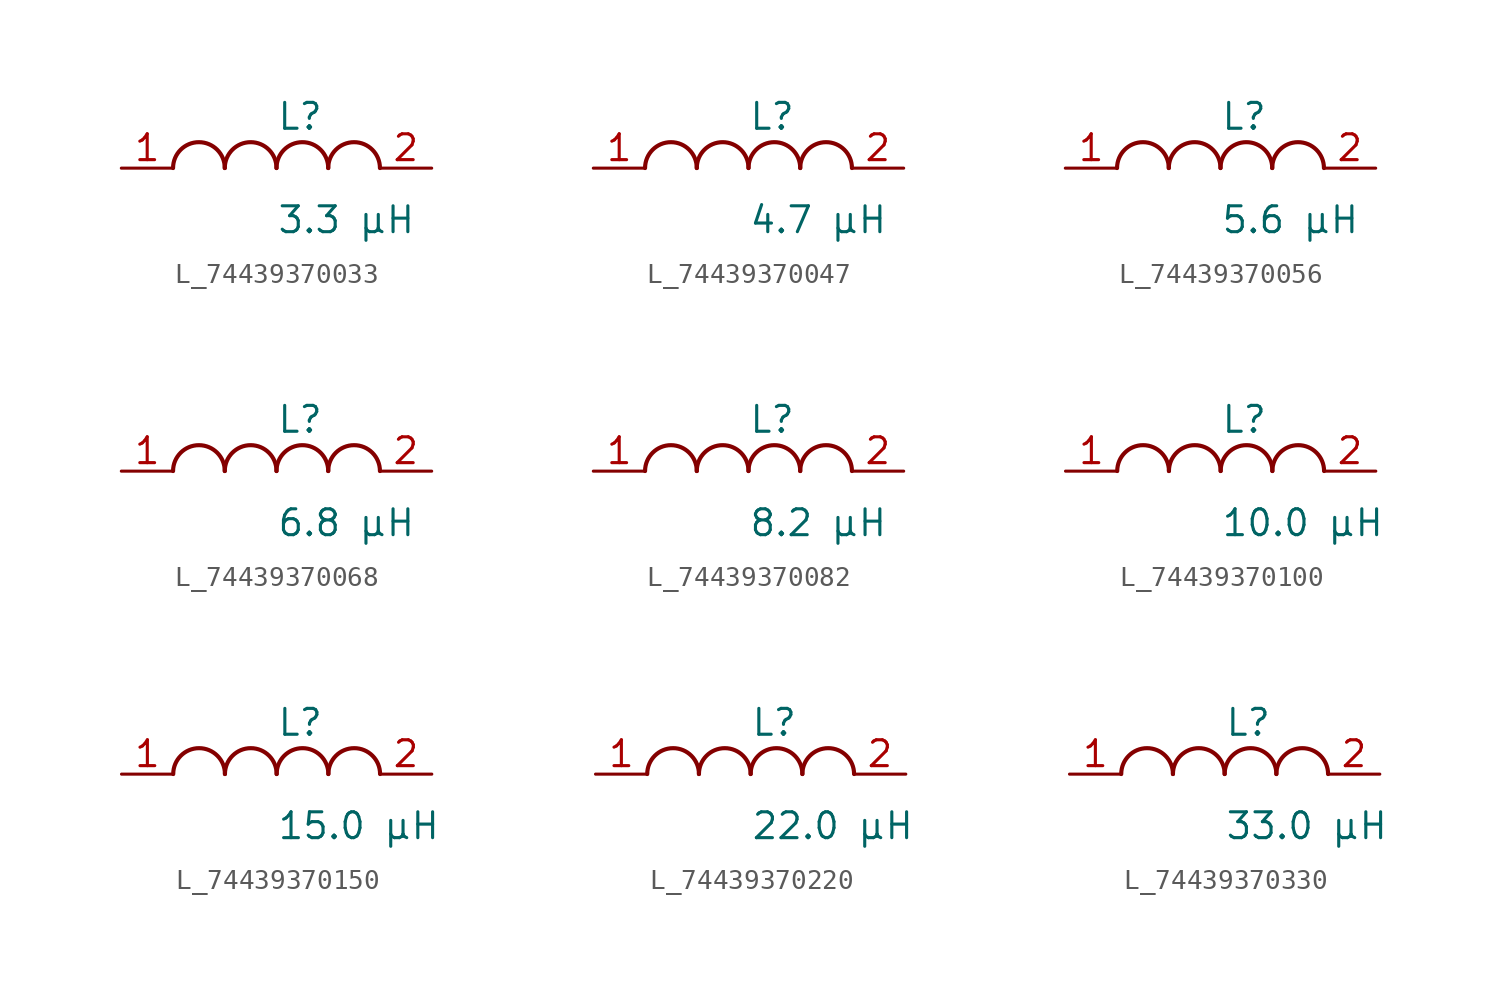
<source format=kicad_sym>
(kicad_symbol_lib
  (version 20231120)
  (generator kicad_symbol_editor)
  (generator_version 8.0)
  (symbol "L_74439370033"
    (pin_names
      (offset 0.254))
    (property "Reference" "L"
      (at 0 2.54 0)
      (effects (font (size 1.27 1.27)) (justify left)))
    (property "Value" "3.3 µH"
      (at 0 -2.54 0)
      (effects (font (size 1.27 1.27)) (justify left)))
    (symbol "L_74439370033_1_1"
      (arc (start -2.54 0.0056) (mid -3.81 1.27) (end -5.08 0.0056) (stroke (width 0.2032) (type default)) (fill (type none)))
      (arc (start 0 0.0056) (mid -1.27 1.27) (end -2.54 0.0056) (stroke (width 0.2032) (type default)) (fill (type none)))
      (arc (start 2.54 0.0056) (mid 1.27 1.27) (end 0 0.0056) (stroke (width 0.2032) (type default)) (fill (type none)))
      (arc (start 5.08 0.0056) (mid 3.81 1.27) (end 2.54 0.0056) (stroke (width 0.2032) (type default)) (fill (type none)))
      (pin unspecified line (at -7.62 0 0) (length 2.54) (name "" (effects (font (size 1.27 1.27)))) (number "1" (effects (font (size 1.27 1.27)))))
      (pin unspecified line (at 7.62 0 180) (length 2.54) (name "" (effects (font (size 1.27 1.27)))) (number "2" (effects (font (size 1.27 1.27)))))))
  (symbol "L_74439370047"
    (pin_names
      (offset 0.254))
    (property "Reference" "L"
      (at 0 2.54 0)
      (effects (font (size 1.27 1.27)) (justify left)))
    (property "Value" "4.7 µH"
      (at 0 -2.54 0)
      (effects (font (size 1.27 1.27)) (justify left)))
    (symbol "L_74439370047_1_1"
      (arc (start -2.54 0.0056) (mid -3.81 1.27) (end -5.08 0.0056) (stroke (width 0.2032) (type default)) (fill (type none)))
      (arc (start 0 0.0056) (mid -1.27 1.27) (end -2.54 0.0056) (stroke (width 0.2032) (type default)) (fill (type none)))
      (arc (start 2.54 0.0056) (mid 1.27 1.27) (end 0 0.0056) (stroke (width 0.2032) (type default)) (fill (type none)))
      (arc (start 5.08 0.0056) (mid 3.81 1.27) (end 2.54 0.0056) (stroke (width 0.2032) (type default)) (fill (type none)))
      (pin unspecified line (at -7.62 0 0) (length 2.54) (name "" (effects (font (size 1.27 1.27)))) (number "1" (effects (font (size 1.27 1.27)))))
      (pin unspecified line (at 7.62 0 180) (length 2.54) (name "" (effects (font (size 1.27 1.27)))) (number "2" (effects (font (size 1.27 1.27)))))))
  (symbol "L_74439370056"
    (pin_names
      (offset 0.254))
    (property "Reference" "L"
      (at 0 2.54 0)
      (effects (font (size 1.27 1.27)) (justify left)))
    (property "Value" "5.6 µH"
      (at 0 -2.54 0)
      (effects (font (size 1.27 1.27)) (justify left)))
    (symbol "L_74439370056_1_1"
      (arc (start -2.54 0.0056) (mid -3.81 1.27) (end -5.08 0.0056) (stroke (width 0.2032) (type default)) (fill (type none)))
      (arc (start 0 0.0056) (mid -1.27 1.27) (end -2.54 0.0056) (stroke (width 0.2032) (type default)) (fill (type none)))
      (arc (start 2.54 0.0056) (mid 1.27 1.27) (end 0 0.0056) (stroke (width 0.2032) (type default)) (fill (type none)))
      (arc (start 5.08 0.0056) (mid 3.81 1.27) (end 2.54 0.0056) (stroke (width 0.2032) (type default)) (fill (type none)))
      (pin unspecified line (at -7.62 0 0) (length 2.54) (name "" (effects (font (size 1.27 1.27)))) (number "1" (effects (font (size 1.27 1.27)))))
      (pin unspecified line (at 7.62 0 180) (length 2.54) (name "" (effects (font (size 1.27 1.27)))) (number "2" (effects (font (size 1.27 1.27)))))))
  (symbol "L_74439370068"
    (pin_names
      (offset 0.254))
    (property "Reference" "L"
      (at 0 2.54 0)
      (effects (font (size 1.27 1.27)) (justify left)))
    (property "Value" "6.8 µH"
      (at 0 -2.54 0)
      (effects (font (size 1.27 1.27)) (justify left)))
    (symbol "L_74439370068_1_1"
      (arc (start -2.54 0.0056) (mid -3.81 1.27) (end -5.08 0.0056) (stroke (width 0.2032) (type default)) (fill (type none)))
      (arc (start 0 0.0056) (mid -1.27 1.27) (end -2.54 0.0056) (stroke (width 0.2032) (type default)) (fill (type none)))
      (arc (start 2.54 0.0056) (mid 1.27 1.27) (end 0 0.0056) (stroke (width 0.2032) (type default)) (fill (type none)))
      (arc (start 5.08 0.0056) (mid 3.81 1.27) (end 2.54 0.0056) (stroke (width 0.2032) (type default)) (fill (type none)))
      (pin unspecified line (at -7.62 0 0) (length 2.54) (name "" (effects (font (size 1.27 1.27)))) (number "1" (effects (font (size 1.27 1.27)))))
      (pin unspecified line (at 7.62 0 180) (length 2.54) (name "" (effects (font (size 1.27 1.27)))) (number "2" (effects (font (size 1.27 1.27)))))))
  (symbol "L_74439370082"
    (pin_names
      (offset 0.254))
    (property "Reference" "L"
      (at 0 2.54 0)
      (effects (font (size 1.27 1.27)) (justify left)))
    (property "Value" "8.2 µH"
      (at 0 -2.54 0)
      (effects (font (size 1.27 1.27)) (justify left)))
    (symbol "L_74439370082_1_1"
      (arc (start -2.54 0.0056) (mid -3.81 1.27) (end -5.08 0.0056) (stroke (width 0.2032) (type default)) (fill (type none)))
      (arc (start 0 0.0056) (mid -1.27 1.27) (end -2.54 0.0056) (stroke (width 0.2032) (type default)) (fill (type none)))
      (arc (start 2.54 0.0056) (mid 1.27 1.27) (end 0 0.0056) (stroke (width 0.2032) (type default)) (fill (type none)))
      (arc (start 5.08 0.0056) (mid 3.81 1.27) (end 2.54 0.0056) (stroke (width 0.2032) (type default)) (fill (type none)))
      (pin unspecified line (at -7.62 0 0) (length 2.54) (name "" (effects (font (size 1.27 1.27)))) (number "1" (effects (font (size 1.27 1.27)))))
      (pin unspecified line (at 7.62 0 180) (length 2.54) (name "" (effects (font (size 1.27 1.27)))) (number "2" (effects (font (size 1.27 1.27)))))))
  (symbol "L_74439370100"
    (pin_names
      (offset 0.254))
    (property "Reference" "L"
      (at 0 2.54 0)
      (effects (font (size 1.27 1.27)) (justify left)))
    (property "Value" "10.0 µH"
      (at 0 -2.54 0)
      (effects (font (size 1.27 1.27)) (justify left)))
    (symbol "L_74439370100_1_1"
      (arc (start -2.54 0.0056) (mid -3.81 1.27) (end -5.08 0.0056) (stroke (width 0.2032) (type default)) (fill (type none)))
      (arc (start 0 0.0056) (mid -1.27 1.27) (end -2.54 0.0056) (stroke (width 0.2032) (type default)) (fill (type none)))
      (arc (start 2.54 0.0056) (mid 1.27 1.27) (end 0 0.0056) (stroke (width 0.2032) (type default)) (fill (type none)))
      (arc (start 5.08 0.0056) (mid 3.81 1.27) (end 2.54 0.0056) (stroke (width 0.2032) (type default)) (fill (type none)))
      (pin unspecified line (at -7.62 0 0) (length 2.54) (name "" (effects (font (size 1.27 1.27)))) (number "1" (effects (font (size 1.27 1.27)))))
      (pin unspecified line (at 7.62 0 180) (length 2.54) (name "" (effects (font (size 1.27 1.27)))) (number "2" (effects (font (size 1.27 1.27)))))))
  (symbol "L_74439370150"
    (pin_names
      (offset 0.254))
    (property "Reference" "L"
      (at 0 2.54 0)
      (effects (font (size 1.27 1.27)) (justify left)))
    (property "Value" "15.0 µH"
      (at 0 -2.54 0)
      (effects (font (size 1.27 1.27)) (justify left)))
    (symbol "L_74439370150_1_1"
      (arc (start -2.54 0.0056) (mid -3.81 1.27) (end -5.08 0.0056) (stroke (width 0.2032) (type default)) (fill (type none)))
      (arc (start 0 0.0056) (mid -1.27 1.27) (end -2.54 0.0056) (stroke (width 0.2032) (type default)) (fill (type none)))
      (arc (start 2.54 0.0056) (mid 1.27 1.27) (end 0 0.0056) (stroke (width 0.2032) (type default)) (fill (type none)))
      (arc (start 5.08 0.0056) (mid 3.81 1.27) (end 2.54 0.0056) (stroke (width 0.2032) (type default)) (fill (type none)))
      (pin unspecified line (at -7.62 0 0) (length 2.54) (name "" (effects (font (size 1.27 1.27)))) (number "1" (effects (font (size 1.27 1.27)))))
      (pin unspecified line (at 7.62 0 180) (length 2.54) (name "" (effects (font (size 1.27 1.27)))) (number "2" (effects (font (size 1.27 1.27)))))))
  (symbol "L_74439370220"
    (pin_names
      (offset 0.254))
    (property "Reference" "L"
      (at 0 2.54 0)
      (effects (font (size 1.27 1.27)) (justify left)))
    (property "Value" "22.0 µH"
      (at 0 -2.54 0)
      (effects (font (size 1.27 1.27)) (justify left)))
    (symbol "L_74439370220_1_1"
      (arc (start -2.54 0.0056) (mid -3.81 1.27) (end -5.08 0.0056) (stroke (width 0.2032) (type default)) (fill (type none)))
      (arc (start 0 0.0056) (mid -1.27 1.27) (end -2.54 0.0056) (stroke (width 0.2032) (type default)) (fill (type none)))
      (arc (start 2.54 0.0056) (mid 1.27 1.27) (end 0 0.0056) (stroke (width 0.2032) (type default)) (fill (type none)))
      (arc (start 5.08 0.0056) (mid 3.81 1.27) (end 2.54 0.0056) (stroke (width 0.2032) (type default)) (fill (type none)))
      (pin unspecified line (at -7.62 0 0) (length 2.54) (name "" (effects (font (size 1.27 1.27)))) (number "1" (effects (font (size 1.27 1.27)))))
      (pin unspecified line (at 7.62 0 180) (length 2.54) (name "" (effects (font (size 1.27 1.27)))) (number "2" (effects (font (size 1.27 1.27)))))))
  (symbol "L_74439370330"
    (pin_names
      (offset 0.254))
    (property "Reference" "L"
      (at 0 2.54 0)
      (effects (font (size 1.27 1.27)) (justify left)))
    (property "Value" "33.0 µH"
      (at 0 -2.54 0)
      (effects (font (size 1.27 1.27)) (justify left)))
    (symbol "L_74439370330_1_1"
      (arc (start -2.54 0.0056) (mid -3.81 1.27) (end -5.08 0.0056) (stroke (width 0.2032) (type default)) (fill (type none)))
      (arc (start 0 0.0056) (mid -1.27 1.27) (end -2.54 0.0056) (stroke (width 0.2032) (type default)) (fill (type none)))
      (arc (start 2.54 0.0056) (mid 1.27 1.27) (end 0 0.0056) (stroke (width 0.2032) (type default)) (fill (type none)))
      (arc (start 5.08 0.0056) (mid 3.81 1.27) (end 2.54 0.0056) (stroke (width 0.2032) (type default)) (fill (type none)))
      (pin unspecified line (at -7.62 0 0) (length 2.54) (name "" (effects (font (size 1.27 1.27)))) (number "1" (effects (font (size 1.27 1.27)))))
      (pin unspecified line (at 7.62 0 180) (length 2.54) (name "" (effects (font (size 1.27 1.27)))) (number "2" (effects (font (size 1.27 1.27))))))))
</source>
